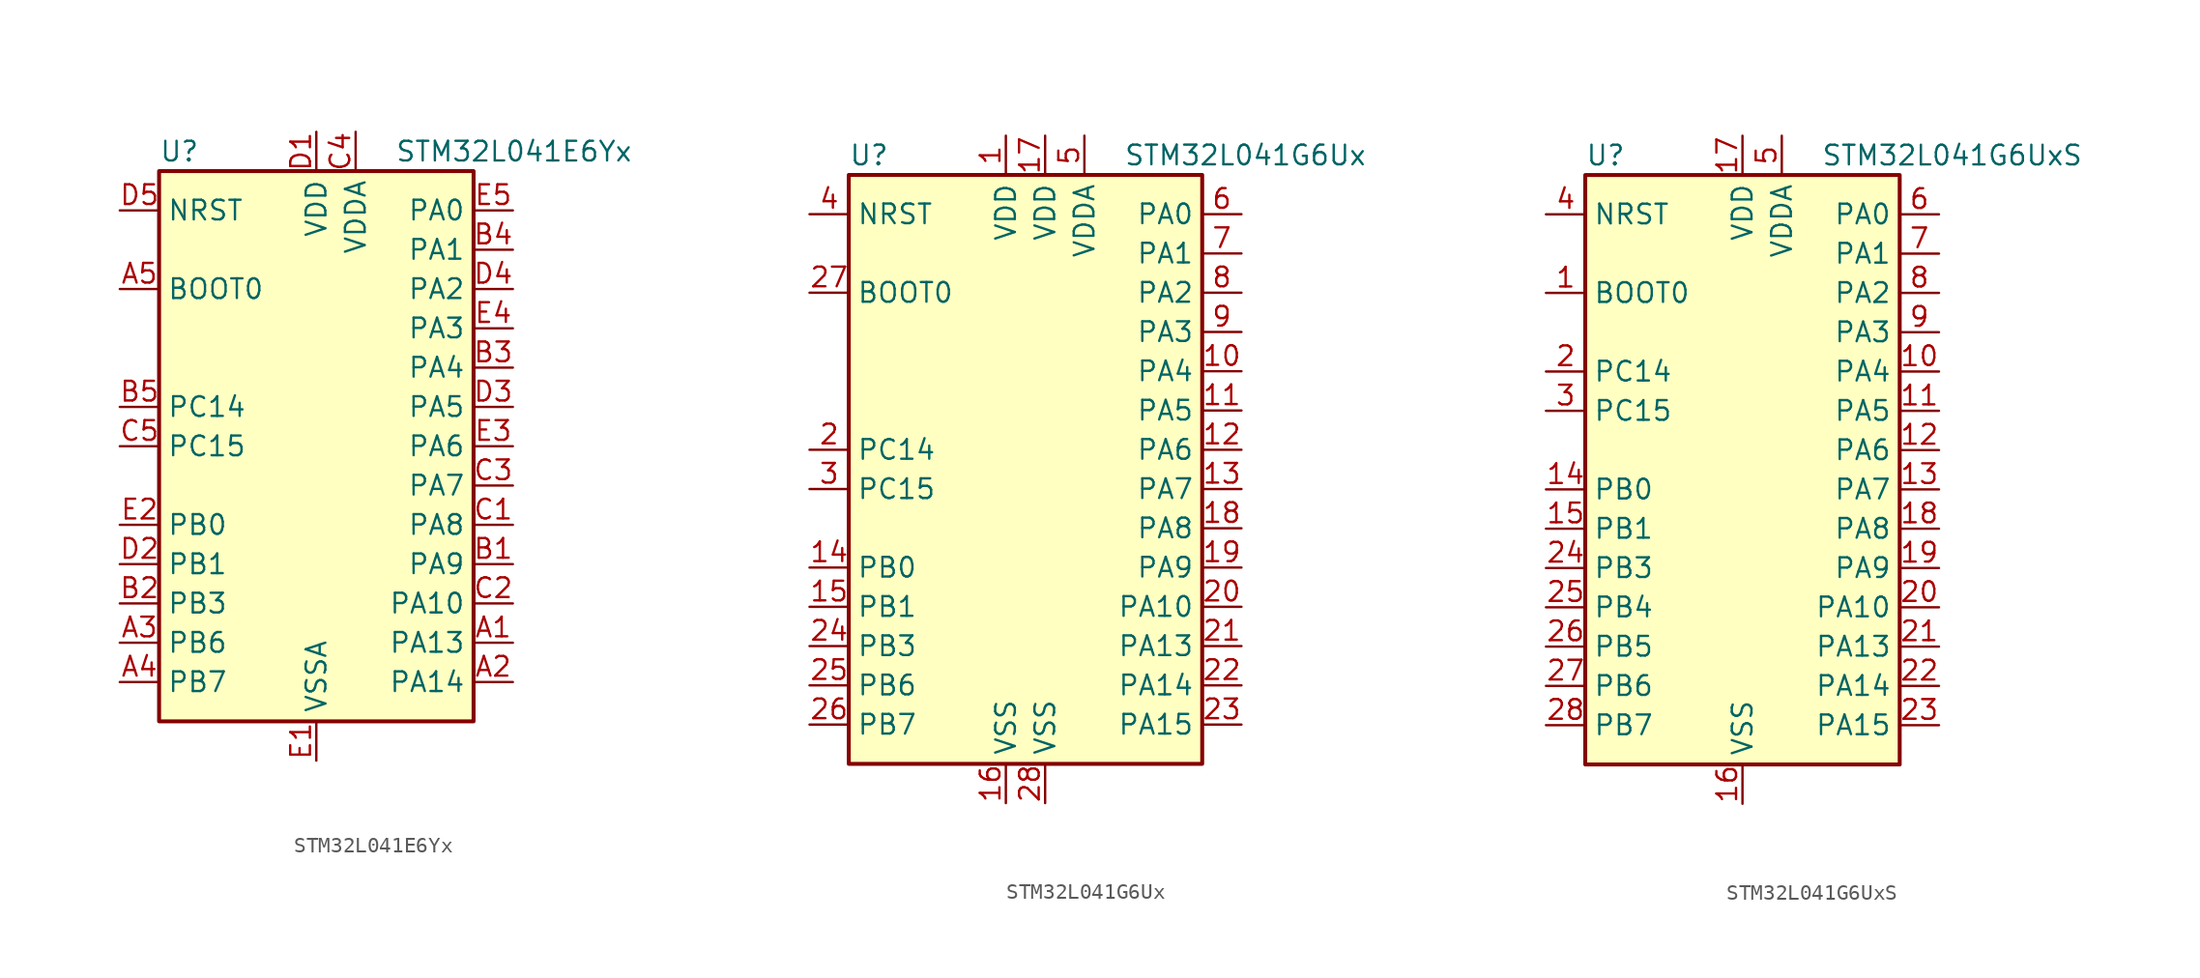
<source format=kicad_sym>
(kicad_symbol_lib
  (version 20201005)
  (generator kicad_symbol_editor)
  (symbol "MCU_ST_STM32L0:STM32L041E6Yx"
    (property "Reference" "U"
      (at -10.16 19.05 0)
      (effects (font (size 1.27 1.27)) (justify left)))
    (property "Value" "STM32L041E6Yx"
      (at 5.08 19.05 0)
      (effects (font (size 1.27 1.27)) (justify left)))
    (symbol "STM32L041E6Yx_0_1"
      (rectangle (start -10.16 -17.78) (end 10.16 17.78) (stroke (width 0.254)) (fill (type background))))
    (symbol "STM32L041E6Yx_1_1"
      (pin input line (at -12.7 10.16 0) (length 2.54) (name "BOOT0" (effects (font (size 1.27 1.27)))) (number "A5" (effects (font (size 1.27 1.27)))))
      (pin input line (at -12.7 15.24 0) (length 2.54) (name "NRST" (effects (font (size 1.27 1.27)))) (number "D5" (effects (font (size 1.27 1.27)))))
      (pin bidirectional line (at 12.7 15.24 180) (length 2.54) (name "PA0" (effects (font (size 1.27 1.27)))) (number "E5" (effects (font (size 1.27 1.27)))))
      (pin bidirectional line (at 12.7 12.7 180) (length 2.54) (name "PA1" (effects (font (size 1.27 1.27)))) (number "B4" (effects (font (size 1.27 1.27)))))
      (pin bidirectional line (at 12.7 -10.16 180) (length 2.54) (name "PA10" (effects (font (size 1.27 1.27)))) (number "C2" (effects (font (size 1.27 1.27)))))
      (pin bidirectional line (at 12.7 -12.7 180) (length 2.54) (name "PA13" (effects (font (size 1.27 1.27)))) (number "A1" (effects (font (size 1.27 1.27)))))
      (pin bidirectional line (at 12.7 -15.24 180) (length 2.54) (name "PA14" (effects (font (size 1.27 1.27)))) (number "A2" (effects (font (size 1.27 1.27)))))
      (pin bidirectional line (at 12.7 10.16 180) (length 2.54) (name "PA2" (effects (font (size 1.27 1.27)))) (number "D4" (effects (font (size 1.27 1.27)))))
      (pin bidirectional line (at 12.7 7.62 180) (length 2.54) (name "PA3" (effects (font (size 1.27 1.27)))) (number "E4" (effects (font (size 1.27 1.27)))))
      (pin bidirectional line (at 12.7 5.08 180) (length 2.54) (name "PA4" (effects (font (size 1.27 1.27)))) (number "B3" (effects (font (size 1.27 1.27)))))
      (pin bidirectional line (at 12.7 2.54 180) (length 2.54) (name "PA5" (effects (font (size 1.27 1.27)))) (number "D3" (effects (font (size 1.27 1.27)))))
      (pin bidirectional line (at 12.7 0 180) (length 2.54) (name "PA6" (effects (font (size 1.27 1.27)))) (number "E3" (effects (font (size 1.27 1.27)))))
      (pin bidirectional line (at 12.7 -2.54 180) (length 2.54) (name "PA7" (effects (font (size 1.27 1.27)))) (number "C3" (effects (font (size 1.27 1.27)))))
      (pin bidirectional line (at 12.7 -5.08 180) (length 2.54) (name "PA8" (effects (font (size 1.27 1.27)))) (number "C1" (effects (font (size 1.27 1.27)))))
      (pin bidirectional line (at 12.7 -7.62 180) (length 2.54) (name "PA9" (effects (font (size 1.27 1.27)))) (number "B1" (effects (font (size 1.27 1.27)))))
      (pin bidirectional line (at -12.7 -5.08 0) (length 2.54) (name "PB0" (effects (font (size 1.27 1.27)))) (number "E2" (effects (font (size 1.27 1.27)))))
      (pin bidirectional line (at -12.7 -7.62 0) (length 2.54) (name "PB1" (effects (font (size 1.27 1.27)))) (number "D2" (effects (font (size 1.27 1.27)))))
      (pin bidirectional line (at -12.7 -10.16 0) (length 2.54) (name "PB3" (effects (font (size 1.27 1.27)))) (number "B2" (effects (font (size 1.27 1.27)))))
      (pin bidirectional line (at -12.7 -12.7 0) (length 2.54) (name "PB6" (effects (font (size 1.27 1.27)))) (number "A3" (effects (font (size 1.27 1.27)))))
      (pin bidirectional line (at -12.7 -15.24 0) (length 2.54) (name "PB7" (effects (font (size 1.27 1.27)))) (number "A4" (effects (font (size 1.27 1.27)))))
      (pin bidirectional line (at -12.7 2.54 0) (length 2.54) (name "PC14" (effects (font (size 1.27 1.27)))) (number "B5" (effects (font (size 1.27 1.27)))))
      (pin bidirectional line (at -12.7 0 0) (length 2.54) (name "PC15" (effects (font (size 1.27 1.27)))) (number "C5" (effects (font (size 1.27 1.27)))))
      (pin power_in line (at 0 20.32 270) (length 2.54) (name "VDD" (effects (font (size 1.27 1.27)))) (number "D1" (effects (font (size 1.27 1.27)))))
      (pin power_in line (at 2.54 20.32 270) (length 2.54) (name "VDDA" (effects (font (size 1.27 1.27)))) (number "C4" (effects (font (size 1.27 1.27)))))
      (pin power_in line (at 0 -20.32 90) (length 2.54) (name "VSSA" (effects (font (size 1.27 1.27)))) (number "E1" (effects (font (size 1.27 1.27)))))))
  (symbol "MCU_ST_STM32L0:STM32L041G6Ux"
    (property "Reference" "U"
      (at -12.7 19.05 0)
      (effects (font (size 1.27 1.27)) (justify left)))
    (property "Value" "STM32L041G6Ux"
      (at 5.08 19.05 0)
      (effects (font (size 1.27 1.27)) (justify left)))
    (symbol "STM32L041G6Ux_0_1"
      (rectangle (start -12.7 -20.32) (end 10.16 17.78) (stroke (width 0.254)) (fill (type background))))
    (symbol "STM32L041G6Ux_1_1"
      (pin input line (at -15.24 10.16 0) (length 2.54) (name "BOOT0" (effects (font (size 1.27 1.27)))) (number "27" (effects (font (size 1.27 1.27)))))
      (pin input line (at -15.24 15.24 0) (length 2.54) (name "NRST" (effects (font (size 1.27 1.27)))) (number "4" (effects (font (size 1.27 1.27)))))
      (pin bidirectional line (at 12.7 15.24 180) (length 2.54) (name "PA0" (effects (font (size 1.27 1.27)))) (number "6" (effects (font (size 1.27 1.27)))))
      (pin bidirectional line (at 12.7 12.7 180) (length 2.54) (name "PA1" (effects (font (size 1.27 1.27)))) (number "7" (effects (font (size 1.27 1.27)))))
      (pin bidirectional line (at 12.7 -10.16 180) (length 2.54) (name "PA10" (effects (font (size 1.27 1.27)))) (number "20" (effects (font (size 1.27 1.27)))))
      (pin bidirectional line (at 12.7 -12.7 180) (length 2.54) (name "PA13" (effects (font (size 1.27 1.27)))) (number "21" (effects (font (size 1.27 1.27)))))
      (pin bidirectional line (at 12.7 -15.24 180) (length 2.54) (name "PA14" (effects (font (size 1.27 1.27)))) (number "22" (effects (font (size 1.27 1.27)))))
      (pin bidirectional line (at 12.7 -17.78 180) (length 2.54) (name "PA15" (effects (font (size 1.27 1.27)))) (number "23" (effects (font (size 1.27 1.27)))))
      (pin bidirectional line (at 12.7 10.16 180) (length 2.54) (name "PA2" (effects (font (size 1.27 1.27)))) (number "8" (effects (font (size 1.27 1.27)))))
      (pin bidirectional line (at 12.7 7.62 180) (length 2.54) (name "PA3" (effects (font (size 1.27 1.27)))) (number "9" (effects (font (size 1.27 1.27)))))
      (pin bidirectional line (at 12.7 5.08 180) (length 2.54) (name "PA4" (effects (font (size 1.27 1.27)))) (number "10" (effects (font (size 1.27 1.27)))))
      (pin bidirectional line (at 12.7 2.54 180) (length 2.54) (name "PA5" (effects (font (size 1.27 1.27)))) (number "11" (effects (font (size 1.27 1.27)))))
      (pin bidirectional line (at 12.7 0 180) (length 2.54) (name "PA6" (effects (font (size 1.27 1.27)))) (number "12" (effects (font (size 1.27 1.27)))))
      (pin bidirectional line (at 12.7 -2.54 180) (length 2.54) (name "PA7" (effects (font (size 1.27 1.27)))) (number "13" (effects (font (size 1.27 1.27)))))
      (pin bidirectional line (at 12.7 -5.08 180) (length 2.54) (name "PA8" (effects (font (size 1.27 1.27)))) (number "18" (effects (font (size 1.27 1.27)))))
      (pin bidirectional line (at 12.7 -7.62 180) (length 2.54) (name "PA9" (effects (font (size 1.27 1.27)))) (number "19" (effects (font (size 1.27 1.27)))))
      (pin bidirectional line (at -15.24 -7.62 0) (length 2.54) (name "PB0" (effects (font (size 1.27 1.27)))) (number "14" (effects (font (size 1.27 1.27)))))
      (pin bidirectional line (at -15.24 -10.16 0) (length 2.54) (name "PB1" (effects (font (size 1.27 1.27)))) (number "15" (effects (font (size 1.27 1.27)))))
      (pin bidirectional line (at -15.24 -12.7 0) (length 2.54) (name "PB3" (effects (font (size 1.27 1.27)))) (number "24" (effects (font (size 1.27 1.27)))))
      (pin bidirectional line (at -15.24 -15.24 0) (length 2.54) (name "PB6" (effects (font (size 1.27 1.27)))) (number "25" (effects (font (size 1.27 1.27)))))
      (pin bidirectional line (at -15.24 -17.78 0) (length 2.54) (name "PB7" (effects (font (size 1.27 1.27)))) (number "26" (effects (font (size 1.27 1.27)))))
      (pin bidirectional line (at -15.24 0 0) (length 2.54) (name "PC14" (effects (font (size 1.27 1.27)))) (number "2" (effects (font (size 1.27 1.27)))))
      (pin bidirectional line (at -15.24 -2.54 0) (length 2.54) (name "PC15" (effects (font (size 1.27 1.27)))) (number "3" (effects (font (size 1.27 1.27)))))
      (pin power_in line (at -2.54 20.32 270) (length 2.54) (name "VDD" (effects (font (size 1.27 1.27)))) (number "1" (effects (font (size 1.27 1.27)))))
      (pin power_in line (at 0 20.32 270) (length 2.54) (name "VDD" (effects (font (size 1.27 1.27)))) (number "17" (effects (font (size 1.27 1.27)))))
      (pin power_in line (at 2.54 20.32 270) (length 2.54) (name "VDDA" (effects (font (size 1.27 1.27)))) (number "5" (effects (font (size 1.27 1.27)))))
      (pin power_in line (at -2.54 -22.86 90) (length 2.54) (name "VSS" (effects (font (size 1.27 1.27)))) (number "16" (effects (font (size 1.27 1.27)))))
      (pin power_in line (at 0 -22.86 90) (length 2.54) (name "VSS" (effects (font (size 1.27 1.27)))) (number "28" (effects (font (size 1.27 1.27)))))))
  (symbol "MCU_ST_STM32L0:STM32L041G6UxS"
    (property "Reference" "U"
      (at -10.16 19.05 0)
      (effects (font (size 1.27 1.27)) (justify left)))
    (property "Value" "STM32L041G6UxS"
      (at 5.08 19.05 0)
      (effects (font (size 1.27 1.27)) (justify left)))
    (symbol "STM32L041G6UxS_0_1"
      (rectangle (start -10.16 -20.32) (end 10.16 17.78) (stroke (width 0.254)) (fill (type background))))
    (symbol "STM32L041G6UxS_1_1"
      (pin input line (at -12.7 10.16 0) (length 2.54) (name "BOOT0" (effects (font (size 1.27 1.27)))) (number "1" (effects (font (size 1.27 1.27)))))
      (pin input line (at -12.7 15.24 0) (length 2.54) (name "NRST" (effects (font (size 1.27 1.27)))) (number "4" (effects (font (size 1.27 1.27)))))
      (pin bidirectional line (at 12.7 15.24 180) (length 2.54) (name "PA0" (effects (font (size 1.27 1.27)))) (number "6" (effects (font (size 1.27 1.27)))))
      (pin bidirectional line (at 12.7 12.7 180) (length 2.54) (name "PA1" (effects (font (size 1.27 1.27)))) (number "7" (effects (font (size 1.27 1.27)))))
      (pin bidirectional line (at 12.7 -10.16 180) (length 2.54) (name "PA10" (effects (font (size 1.27 1.27)))) (number "20" (effects (font (size 1.27 1.27)))))
      (pin bidirectional line (at 12.7 -12.7 180) (length 2.54) (name "PA13" (effects (font (size 1.27 1.27)))) (number "21" (effects (font (size 1.27 1.27)))))
      (pin bidirectional line (at 12.7 -15.24 180) (length 2.54) (name "PA14" (effects (font (size 1.27 1.27)))) (number "22" (effects (font (size 1.27 1.27)))))
      (pin bidirectional line (at 12.7 -17.78 180) (length 2.54) (name "PA15" (effects (font (size 1.27 1.27)))) (number "23" (effects (font (size 1.27 1.27)))))
      (pin bidirectional line (at 12.7 10.16 180) (length 2.54) (name "PA2" (effects (font (size 1.27 1.27)))) (number "8" (effects (font (size 1.27 1.27)))))
      (pin bidirectional line (at 12.7 7.62 180) (length 2.54) (name "PA3" (effects (font (size 1.27 1.27)))) (number "9" (effects (font (size 1.27 1.27)))))
      (pin bidirectional line (at 12.7 5.08 180) (length 2.54) (name "PA4" (effects (font (size 1.27 1.27)))) (number "10" (effects (font (size 1.27 1.27)))))
      (pin bidirectional line (at 12.7 2.54 180) (length 2.54) (name "PA5" (effects (font (size 1.27 1.27)))) (number "11" (effects (font (size 1.27 1.27)))))
      (pin bidirectional line (at 12.7 0 180) (length 2.54) (name "PA6" (effects (font (size 1.27 1.27)))) (number "12" (effects (font (size 1.27 1.27)))))
      (pin bidirectional line (at 12.7 -2.54 180) (length 2.54) (name "PA7" (effects (font (size 1.27 1.27)))) (number "13" (effects (font (size 1.27 1.27)))))
      (pin bidirectional line (at 12.7 -5.08 180) (length 2.54) (name "PA8" (effects (font (size 1.27 1.27)))) (number "18" (effects (font (size 1.27 1.27)))))
      (pin bidirectional line (at 12.7 -7.62 180) (length 2.54) (name "PA9" (effects (font (size 1.27 1.27)))) (number "19" (effects (font (size 1.27 1.27)))))
      (pin bidirectional line (at -12.7 -2.54 0) (length 2.54) (name "PB0" (effects (font (size 1.27 1.27)))) (number "14" (effects (font (size 1.27 1.27)))))
      (pin bidirectional line (at -12.7 -5.08 0) (length 2.54) (name "PB1" (effects (font (size 1.27 1.27)))) (number "15" (effects (font (size 1.27 1.27)))))
      (pin bidirectional line (at -12.7 -7.62 0) (length 2.54) (name "PB3" (effects (font (size 1.27 1.27)))) (number "24" (effects (font (size 1.27 1.27)))))
      (pin bidirectional line (at -12.7 -10.16 0) (length 2.54) (name "PB4" (effects (font (size 1.27 1.27)))) (number "25" (effects (font (size 1.27 1.27)))))
      (pin bidirectional line (at -12.7 -12.7 0) (length 2.54) (name "PB5" (effects (font (size 1.27 1.27)))) (number "26" (effects (font (size 1.27 1.27)))))
      (pin bidirectional line (at -12.7 -15.24 0) (length 2.54) (name "PB6" (effects (font (size 1.27 1.27)))) (number "27" (effects (font (size 1.27 1.27)))))
      (pin bidirectional line (at -12.7 -17.78 0) (length 2.54) (name "PB7" (effects (font (size 1.27 1.27)))) (number "28" (effects (font (size 1.27 1.27)))))
      (pin bidirectional line (at -12.7 5.08 0) (length 2.54) (name "PC14" (effects (font (size 1.27 1.27)))) (number "2" (effects (font (size 1.27 1.27)))))
      (pin bidirectional line (at -12.7 2.54 0) (length 2.54) (name "PC15" (effects (font (size 1.27 1.27)))) (number "3" (effects (font (size 1.27 1.27)))))
      (pin power_in line (at 0 20.32 270) (length 2.54) (name "VDD" (effects (font (size 1.27 1.27)))) (number "17" (effects (font (size 1.27 1.27)))))
      (pin power_in line (at 2.54 20.32 270) (length 2.54) (name "VDDA" (effects (font (size 1.27 1.27)))) (number "5" (effects (font (size 1.27 1.27)))))
      (pin power_in line (at 0 -22.86 90) (length 2.54) (name "VSS" (effects (font (size 1.27 1.27)))) (number "16" (effects (font (size 1.27 1.27))))))))
</source>
